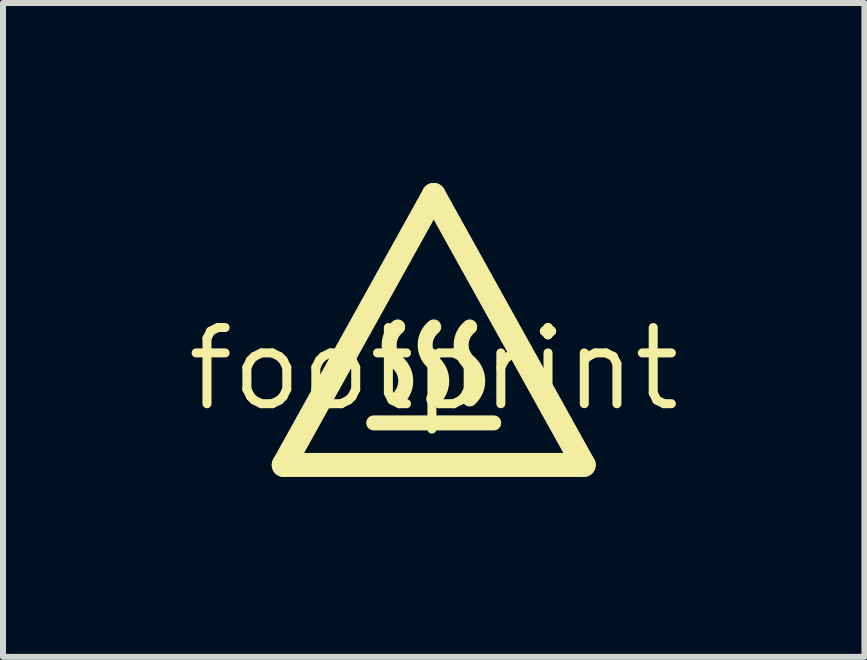
<source format=kicad_pcb>
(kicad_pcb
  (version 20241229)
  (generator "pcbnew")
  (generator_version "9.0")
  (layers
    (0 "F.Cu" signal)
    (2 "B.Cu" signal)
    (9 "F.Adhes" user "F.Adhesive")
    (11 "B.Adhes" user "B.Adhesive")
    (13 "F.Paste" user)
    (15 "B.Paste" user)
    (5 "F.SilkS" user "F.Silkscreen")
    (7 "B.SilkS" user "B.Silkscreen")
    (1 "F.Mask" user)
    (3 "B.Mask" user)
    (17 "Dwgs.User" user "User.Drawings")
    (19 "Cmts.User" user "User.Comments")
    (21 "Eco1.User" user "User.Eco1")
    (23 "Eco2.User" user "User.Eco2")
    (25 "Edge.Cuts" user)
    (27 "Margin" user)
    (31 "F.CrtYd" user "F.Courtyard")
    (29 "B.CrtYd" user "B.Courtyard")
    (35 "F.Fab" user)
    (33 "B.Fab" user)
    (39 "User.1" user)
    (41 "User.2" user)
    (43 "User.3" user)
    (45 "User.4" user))
  (footprint "footprint"
    (layer "F.Cu")
    (at 4.18 3.1)
    (property "Reference" "footprint" (at 0 0 0) (layer "F.SilkS") (effects (font (size 1.27 1.27) (thickness 0.15))))
    (fp_line (start -2.5 1.6) (end 2.5 1.6) (stroke (width 0.4) (type solid)) (layer "F.SilkS"))
    (fp_line (start -1 0.9) (end 1 0.9) (stroke (width 0.25) (type solid)) (layer "F.SilkS"))
    (fp_line (start 0 -2.9) (end -2.5 1.6) (stroke (width 0.4) (type solid)) (layer "F.SilkS"))
    (fp_line (start 2.5 1.6) (end 0 -2.9) (stroke (width 0.4) (type solid)) (layer "F.SilkS"))
    (fp_arc (start -0.6 -0.1) (mid -0.466391 0.2) (end -0.6 0.5) (stroke (width 0.25) (type solid)) (layer "F.SilkS"))
    (fp_arc (start -0.6 -0.1) (mid -0.743175 -0.400001) (end -0.599999 -0.700001) (stroke (width 0.25) (type solid)) (layer "F.SilkS"))
    (fp_arc (start 0 -0.1) (mid -0.143175 -0.4) (end 0 -0.7) (stroke (width 0.25) (type solid)) (layer "F.SilkS"))
    (fp_arc (start 0 -0.1) (mid 0.133609 0.2) (end 0 0.5) (stroke (width 0.25) (type solid)) (layer "F.SilkS"))
    (fp_arc (start 0.599999 -0.100001) (mid 0.733608 0.199999) (end 0.6 0.5) (stroke (width 0.25) (type solid)) (layer "F.SilkS"))
    (fp_arc (start 0.6 -0.1) (mid 0.456825 -0.4) (end 0.6 -0.7) (stroke (width 0.25) (type solid)) (layer "F.SilkS")))
  (gr_rect
    (start -3 -3)
    (end 11.36 7.9)
    (stroke (width 0.1) (type default))
    (fill no)
    (layer "Edge.Cuts")))
</source>
